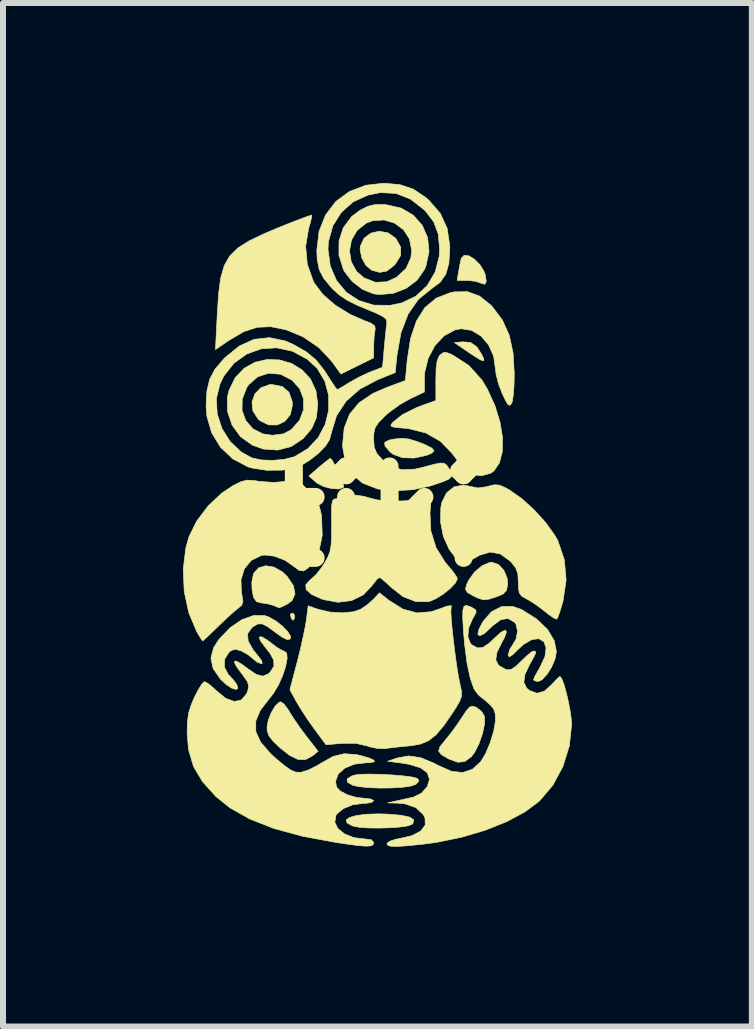
<source format=kicad_pcb>
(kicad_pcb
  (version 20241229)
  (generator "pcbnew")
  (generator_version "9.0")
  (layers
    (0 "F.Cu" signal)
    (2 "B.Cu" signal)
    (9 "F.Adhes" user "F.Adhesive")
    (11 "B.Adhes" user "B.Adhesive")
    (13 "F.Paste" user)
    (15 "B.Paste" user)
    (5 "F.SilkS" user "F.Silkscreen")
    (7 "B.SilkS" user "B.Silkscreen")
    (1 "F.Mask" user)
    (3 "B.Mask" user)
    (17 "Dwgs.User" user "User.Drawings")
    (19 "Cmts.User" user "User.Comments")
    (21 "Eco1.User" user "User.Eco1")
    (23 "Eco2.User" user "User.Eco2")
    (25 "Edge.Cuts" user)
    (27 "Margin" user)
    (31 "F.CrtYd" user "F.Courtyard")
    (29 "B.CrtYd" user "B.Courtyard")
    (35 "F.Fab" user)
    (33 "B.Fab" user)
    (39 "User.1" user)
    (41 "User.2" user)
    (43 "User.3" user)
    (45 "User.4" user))
  (footprint "tiki"
    (layer "F.Cu")
    (at 3.265 5.563)
    (property "Reference" "tiki" (at 0 0 0) (layer "F.SilkS") (effects (font (size 1.524 1.524) (thickness 0.3))))
    (attr through_hole)
    (fp_poly (pts (xy -1.401 1.66) (xy -1.406 1.699) (xy -1.429 1.731) (xy -1.457 1.699) (xy -1.473 1.637) (xy -1.465 1.62) (xy -1.423 1.613) (xy -1.401 1.66)) (stroke (width 0.01) (type solid)) (fill yes) (layer "F.SilkS"))
    (fp_poly (pts (xy 1.53 -2.903) (xy 1.634 -2.831) (xy 1.718 -2.702) (xy 1.752 -2.627) (xy 1.749 -2.596) (xy 1.699 -2.611) (xy 1.595 -2.674) (xy 1.488 -2.746) (xy 1.262 -2.9) (xy 1.396 -2.913) (xy 1.53 -2.903)) (stroke (width 0.01) (type solid)) (fill yes) (layer "F.SilkS"))
    (fp_poly (pts (xy -1.608 -2.168) (xy -1.496 -2.072) (xy -1.443 -1.917) (xy -1.439 -1.856) (xy -1.474 -1.699) (xy -1.565 -1.587) (xy -1.693 -1.527) (xy -1.837 -1.528) (xy -1.979 -1.598) (xy -2.013 -1.628) (xy -2.098 -1.763) (xy -2.113 -1.908) (xy -2.066 -2.043) (xy -1.966 -2.147) (xy -1.821 -2.199) (xy -1.777 -2.201) (xy -1.608 -2.168)) (stroke (width 0.01) (type solid)) (fill yes) (layer "F.SilkS"))
    (fp_poly (pts (xy -0.774 -0.934) (xy -0.726 -0.846) (xy -0.671 -0.731) (xy -0.622 -0.616) (xy -0.59 -0.525) (xy -0.585 -0.487) (xy -0.664 -0.459) (xy -0.785 -0.466) (xy -0.917 -0.5) (xy -1.028 -0.557) (xy -1.045 -0.571) (xy -1.164 -0.675) (xy -0.995 -0.823) (xy -0.896 -0.905) (xy -0.826 -0.959) (xy -0.804 -0.97) (xy -0.774 -0.934)) (stroke (width 0.01) (type solid)) (fill yes) (layer "F.SilkS"))
    (fp_poly (pts (xy 0.507 -1.291) (xy 0.653 -1.246) (xy 0.773 -1.198) (xy 0.888 -1.14) (xy 0.923 -1.095) (xy 0.878 -1.053) (xy 0.798 -1.02) (xy 0.59 -0.975) (xy 0.396 -0.981) (xy 0.239 -1.038) (xy 0.189 -1.078) (xy 0.106 -1.174) (xy 0.098 -1.234) (xy 0.167 -1.273) (xy 0.252 -1.291) (xy 0.384 -1.304) (xy 0.507 -1.291)) (stroke (width 0.01) (type solid)) (fill yes) (layer "F.SilkS"))
    (fp_poly (pts (xy 0.153 -4.731) (xy 0.278 -4.644) (xy 0.285 -4.637) (xy 0.367 -4.493) (xy 0.365 -4.352) (xy 0.278 -4.21) (xy 0.257 -4.188) (xy 0.136 -4.094) (xy 0.017 -4.071) (xy -0.118 -4.108) (xy -0.211 -4.185) (xy -0.281 -4.31) (xy -0.311 -4.45) (xy -0.306 -4.51) (xy -0.244 -4.641) (xy -0.132 -4.725) (xy 0.008 -4.757) (xy 0.153 -4.731)) (stroke (width 0.01) (type solid)) (fill yes) (layer "F.SilkS"))
    (fp_poly (pts (xy 1.503 -4.347) (xy 1.595 -4.292) (xy 1.685 -4.202) (xy 1.754 -4.091) (xy 1.776 -4.033) (xy 1.794 -3.918) (xy 1.766 -3.872) (xy 1.692 -3.896) (xy 1.691 -3.897) (xy 1.61 -3.923) (xy 1.49 -3.936) (xy 1.469 -3.936) (xy 1.308 -3.937) (xy 1.335 -4.096) (xy 1.356 -4.214) (xy 1.375 -4.299) (xy 1.378 -4.307) (xy 1.425 -4.356) (xy 1.503 -4.347)) (stroke (width 0.01) (type solid)) (fill yes) (layer "F.SilkS"))
    (fp_poly (pts (xy 0.138 4.962) (xy 0.369 4.981) (xy 0.517 5.013) (xy 0.584 5.058) (xy 0.571 5.117) (xy 0.558 5.131) (xy 0.491 5.157) (xy 0.362 5.177) (xy 0.193 5.19) (xy 0.007 5.195) (xy -0.174 5.193) (xy -0.328 5.181) (xy -0.432 5.161) (xy -0.436 5.159) (xy -0.528 5.109) (xy -0.543 5.062) (xy -0.49 5.02) (xy -0.377 4.987) (xy -0.212 4.965) (xy -0.004 4.958) (xy 0.138 4.962)) (stroke (width 0.01) (type solid)) (fill yes) (layer "F.SilkS"))
    (fp_poly (pts (xy 1.997 0.8) (xy 2.088 0.898) (xy 2.143 1.031) (xy 2.15 1.134) (xy 2.131 1.231) (xy 2.08 1.289) (xy 1.97 1.337) (xy 1.968 1.337) (xy 1.84 1.378) (xy 1.753 1.389) (xy 1.67 1.367) (xy 1.577 1.323) (xy 1.479 1.267) (xy 1.446 1.21) (xy 1.47 1.125) (xy 1.502 1.06) (xy 1.6 0.924) (xy 1.726 0.819) (xy 1.854 0.765) (xy 1.886 0.762) (xy 1.997 0.8)) (stroke (width 0.01) (type solid)) (fill yes) (layer "F.SilkS"))
    (fp_poly (pts (xy -1.745 0.844) (xy -1.601 0.927) (xy -1.524 1.002) (xy -1.422 1.154) (xy -1.396 1.291) (xy -1.445 1.402) (xy -1.522 1.459) (xy -1.61 1.503) (xy -1.658 1.521) (xy -1.659 1.521) (xy -1.704 1.504) (xy -1.757 1.482) (xy -1.867 1.452) (xy -1.953 1.442) (xy -2.037 1.42) (xy -2.088 1.348) (xy -2.112 1.215) (xy -2.116 1.091) (xy -2.085 0.947) (xy -2.003 0.856) (xy -1.884 0.821) (xy -1.745 0.844)) (stroke (width 0.01) (type solid)) (fill yes) (layer "F.SilkS"))
    (fp_poly (pts (xy -1.583 3.124) (xy -1.517 3.21) (xy -1.49 3.254) (xy -1.416 3.372) (xy -1.312 3.523) (xy -1.205 3.666) (xy -1.011 3.915) (xy -1.103 3.99) (xy -1.221 4.053) (xy -1.347 4.051) (xy -1.492 3.979) (xy -1.64 3.861) (xy -1.763 3.744) (xy -1.831 3.656) (xy -1.859 3.574) (xy -1.863 3.519) (xy -1.843 3.4) (xy -1.793 3.273) (xy -1.728 3.163) (xy -1.661 3.098) (xy -1.634 3.09) (xy -1.583 3.124)) (stroke (width 0.01) (type solid)) (fill yes) (layer "F.SilkS"))
    (fp_poly (pts (xy 0.03 4.299) (xy 0.222 4.309) (xy 0.401 4.324) (xy 0.546 4.342) (xy 0.633 4.363) (xy 0.643 4.367) (xy 0.671 4.406) (xy 0.63 4.456) (xy 0.616 4.467) (xy 0.536 4.495) (xy 0.393 4.515) (xy 0.212 4.526) (xy 0.015 4.528) (xy -0.175 4.52) (xy -0.337 4.503) (xy -0.436 4.48) (xy -0.523 4.429) (xy -0.527 4.376) (xy -0.45 4.327) (xy -0.4 4.311) (xy -0.304 4.299) (xy -0.153 4.295) (xy 0.03 4.299)) (stroke (width 0.01) (type solid)) (fill yes) (layer "F.SilkS"))
    (fp_poly (pts (xy 1.626 3.181) (xy 1.631 3.183) (xy 1.721 3.257) (xy 1.764 3.336) (xy 1.765 3.456) (xy 1.732 3.617) (xy 1.673 3.786) (xy 1.599 3.933) (xy 1.543 4.006) (xy 1.434 4.086) (xy 1.319 4.098) (xy 1.174 4.045) (xy 1.164 4.04) (xy 1.045 3.971) (xy 0.999 3.911) (xy 1.021 3.839) (xy 1.1 3.741) (xy 1.203 3.613) (xy 1.317 3.456) (xy 1.382 3.359) (xy 1.462 3.238) (xy 1.518 3.176) (xy 1.566 3.162) (xy 1.626 3.181)) (stroke (width 0.01) (type solid)) (fill yes) (layer "F.SilkS"))
    (fp_poly (pts (xy 1.227 -2.696) (xy 1.235 -2.692) (xy 1.502 -2.519) (xy 1.719 -2.279) (xy 1.811 -2.127) (xy 1.939 -1.846) (xy 2.024 -1.569) (xy 2.065 -1.311) (xy 2.061 -1.081) (xy 2.013 -0.894) (xy 1.921 -0.76) (xy 1.865 -0.721) (xy 1.713 -0.679) (xy 1.559 -0.699) (xy 1.444 -0.773) (xy 1.366 -0.865) (xy 1.271 -0.989) (xy 1.23 -1.045) (xy 1.032 -1.253) (xy 0.784 -1.394) (xy 0.49 -1.467) (xy 0.442 -1.471) (xy 0.295 -1.484) (xy 0.22 -1.498) (xy 0.201 -1.521) (xy 0.226 -1.558) (xy 0.242 -1.577) (xy 0.397 -1.7) (xy 0.632 -1.817) (xy 0.762 -1.866) (xy 0.953 -1.934) (xy 0.953 -2.277) (xy 0.957 -2.469) (xy 0.974 -2.593) (xy 1.004 -2.669) (xy 1.022 -2.691) (xy 1.075 -2.733) (xy 1.132 -2.735) (xy 1.227 -2.696)) (stroke (width 0.01) (type solid)) (fill yes) (layer "F.SilkS"))
    (fp_poly (pts (xy -1.652 -2.611) (xy -1.454 -2.553) (xy -1.279 -2.446) (xy -1.138 -2.293) (xy -1.046 -2.095) (xy -1.016 -1.873) (xy -1.039 -1.648) (xy -1.118 -1.466) (xy -1.259 -1.301) (xy -1.457 -1.168) (xy -1.684 -1.108) (xy -1.924 -1.125) (xy -2.11 -1.192) (xy -2.305 -1.332) (xy -2.445 -1.524) (xy -2.52 -1.748) (xy -2.521 -1.769) (xy -2.279 -1.769) (xy -2.216 -1.598) (xy -2.097 -1.462) (xy -1.929 -1.377) (xy -1.773 -1.355) (xy -1.588 -1.379) (xy -1.461 -1.446) (xy -1.321 -1.602) (xy -1.253 -1.78) (xy -1.254 -1.963) (xy -1.319 -2.134) (xy -1.447 -2.275) (xy -1.633 -2.37) (xy -1.637 -2.372) (xy -1.834 -2.39) (xy -2.016 -2.331) (xy -2.165 -2.202) (xy -2.2 -2.151) (xy -2.276 -1.958) (xy -2.279 -1.769) (xy -2.521 -1.769) (xy -2.524 -1.985) (xy -2.497 -2.101) (xy -2.392 -2.317) (xy -2.241 -2.474) (xy -2.059 -2.574) (xy -1.858 -2.619) (xy -1.652 -2.611)) (stroke (width 0.01) (type solid)) (fill yes) (layer "F.SilkS"))
    (fp_poly (pts (xy -1.121 -4.981) (xy -1.145 -4.882) (xy -1.169 -4.803) (xy -1.218 -4.509) (xy -1.191 -4.207) (xy -1.09 -3.923) (xy -1.076 -3.896) (xy -0.934 -3.706) (xy -0.727 -3.526) (xy -0.476 -3.37) (xy -0.247 -3.27) (xy -0.124 -3.221) (xy -0.066 -3.177) (xy -0.058 -3.125) (xy -0.061 -3.111) (xy -0.075 -3.017) (xy -0.083 -2.883) (xy -0.084 -2.836) (xy -0.085 -2.646) (xy -0.631 -2.376) (xy -0.782 -2.587) (xy -0.996 -2.816) (xy -1.266 -2.999) (xy -1.542 -3.113) (xy -1.797 -3.165) (xy -2.027 -3.156) (xy -2.254 -3.081) (xy -2.5 -2.936) (xy -2.501 -2.936) (xy -2.722 -2.784) (xy -2.691 -3.392) (xy -2.669 -3.722) (xy -2.635 -3.98) (xy -2.576 -4.183) (xy -2.485 -4.344) (xy -2.35 -4.477) (xy -2.162 -4.596) (xy -1.911 -4.716) (xy -1.691 -4.809) (xy -1.49 -4.89) (xy -1.32 -4.956) (xy -1.193 -5.003) (xy -1.125 -5.025) (xy -1.117 -5.026) (xy -1.121 -4.981)) (stroke (width 0.01) (type solid)) (fill yes) (layer "F.SilkS"))
    (fp_poly (pts (xy 2.383 1.551) (xy 2.632 1.708) (xy 2.816 1.885) (xy 2.928 2.073) (xy 2.963 2.251) (xy 2.941 2.373) (xy 2.884 2.509) (xy 2.806 2.633) (xy 2.723 2.722) (xy 2.658 2.752) (xy 2.594 2.737) (xy 2.583 2.72) (xy 2.603 2.668) (xy 2.655 2.572) (xy 2.687 2.519) (xy 2.772 2.337) (xy 2.791 2.19) (xy 2.755 2.088) (xy 2.673 2.038) (xy 2.555 2.051) (xy 2.412 2.134) (xy 2.33 2.21) (xy 2.233 2.305) (xy 2.179 2.34) (xy 2.16 2.32) (xy 2.159 2.308) (xy 2.186 2.213) (xy 2.222 2.16) (xy 2.292 2.04) (xy 2.315 1.907) (xy 2.288 1.793) (xy 2.266 1.764) (xy 2.157 1.701) (xy 2.037 1.719) (xy 1.903 1.819) (xy 1.881 1.841) (xy 1.762 1.951) (xy 1.684 1.99) (xy 1.652 1.963) (xy 1.674 1.874) (xy 1.74 1.75) (xy 1.88 1.588) (xy 2.046 1.503) (xy 2.231 1.498) (xy 2.383 1.551)) (stroke (width 0.01) (type solid)) (fill yes) (layer "F.SilkS"))
    (fp_poly (pts (xy 0.124 -5.199) (xy 0.372 -5.144) (xy 0.575 -5.025) (xy 0.726 -4.856) (xy 0.816 -4.65) (xy 0.839 -4.418) (xy 0.787 -4.175) (xy 0.764 -4.12) (xy 0.639 -3.94) (xy 0.457 -3.804) (xy 0.24 -3.721) (xy 0.008 -3.701) (xy -0.081 -3.713) (xy -0.267 -3.786) (xy -0.441 -3.919) (xy -0.572 -4.086) (xy -0.588 -4.117) (xy -0.663 -4.358) (xy -0.663 -4.429) (xy -0.487 -4.429) (xy -0.458 -4.247) (xy -0.368 -4.085) (xy -0.246 -3.98) (xy -0.053 -3.905) (xy 0.138 -3.915) (xy 0.3 -3.991) (xy 0.456 -4.136) (xy 0.536 -4.312) (xy 0.55 -4.438) (xy 0.513 -4.628) (xy 0.413 -4.783) (xy 0.265 -4.892) (xy 0.089 -4.945) (xy -0.099 -4.933) (xy -0.207 -4.892) (xy -0.36 -4.771) (xy -0.454 -4.61) (xy -0.487 -4.429) (xy -0.663 -4.429) (xy -0.662 -4.596) (xy -0.59 -4.816) (xy -0.45 -5.003) (xy -0.312 -5.107) (xy -0.183 -5.172) (xy -0.066 -5.201) (xy 0.082 -5.202) (xy 0.124 -5.199)) (stroke (width 0.01) (type solid)) (fill yes) (layer "F.SilkS"))
    (fp_poly (pts (xy -1.901 1.652) (xy -1.836 1.674) (xy -1.715 1.742) (xy -1.603 1.83) (xy -1.515 1.921) (xy -1.469 1.999) (xy -1.474 2.042) (xy -1.525 2.053) (xy -1.612 2.011) (xy -1.72 1.933) (xy -1.853 1.835) (xy -1.945 1.79) (xy -2.019 1.792) (xy -2.097 1.839) (xy -2.118 1.856) (xy -2.186 1.953) (xy -2.177 2.076) (xy -2.091 2.228) (xy -2.027 2.306) (xy -1.952 2.404) (xy -1.943 2.451) (xy -1.958 2.455) (xy -2.031 2.426) (xy -2.092 2.375) (xy -2.186 2.299) (xy -2.29 2.242) (xy -2.388 2.213) (xy -2.458 2.233) (xy -2.499 2.266) (xy -2.569 2.38) (xy -2.572 2.514) (xy -2.509 2.634) (xy -2.494 2.649) (xy -2.412 2.737) (xy -2.365 2.804) (xy -2.349 2.868) (xy -2.383 2.885) (xy -2.454 2.86) (xy -2.546 2.799) (xy -2.641 2.709) (xy -2.762 2.533) (xy -2.798 2.36) (xy -2.752 2.185) (xy -2.665 2.05) (xy -2.477 1.854) (xy -2.28 1.719) (xy -2.084 1.65) (xy -1.901 1.652)) (stroke (width 0.01) (type solid)) (fill yes) (layer "F.SilkS"))
    (fp_poly (pts (xy 2.012 -0.524) (xy 2.109 -0.482) (xy 2.19 -0.436) (xy 2.391 -0.294) (xy 2.598 -0.105) (xy 2.788 0.106) (xy 2.937 0.314) (xy 2.986 0.401) (xy 3.095 0.72) (xy 3.125 1.058) (xy 3.074 1.408) (xy 3.07 1.42) (xy 3.029 1.561) (xy 2.993 1.666) (xy 2.969 1.711) (xy 2.925 1.695) (xy 2.839 1.637) (xy 2.773 1.584) (xy 2.644 1.485) (xy 2.514 1.4) (xy 2.466 1.374) (xy 2.384 1.328) (xy 2.343 1.272) (xy 2.33 1.178) (xy 2.328 1.094) (xy 2.32 0.953) (xy 2.284 0.855) (xy 2.205 0.757) (xy 2.184 0.737) (xy 2.026 0.623) (xy 1.86 0.593) (xy 1.681 0.645) (xy 1.592 0.698) (xy 1.478 0.76) (xy 1.386 0.766) (xy 1.298 0.708) (xy 1.199 0.58) (xy 1.171 0.538) (xy 1.078 0.332) (xy 1.031 0.089) (xy 1.036 -0.151) (xy 1.053 -0.236) (xy 1.132 -0.395) (xy 1.257 -0.495) (xy 1.412 -0.525) (xy 1.518 -0.504) (xy 1.655 -0.476) (xy 1.801 -0.497) (xy 1.824 -0.504) (xy 1.928 -0.529) (xy 2.012 -0.524)) (stroke (width 0.01) (type solid)) (fill yes) (layer "F.SilkS"))
    (fp_poly (pts (xy -1.168 -0.423) (xy -1.058 -0.295) (xy -0.995 -0.184) (xy -0.962 -0.056) (xy -0.952 0.011) (xy -0.942 0.317) (xy -0.995 0.573) (xy -1.072 0.725) (xy -1.171 0.853) (xy -1.252 0.908) (xy -1.332 0.895) (xy -1.417 0.831) (xy -1.566 0.728) (xy -1.74 0.661) (xy -1.904 0.642) (xy -1.959 0.65) (xy -2.125 0.731) (xy -2.24 0.871) (xy -2.297 1.055) (xy -2.289 1.269) (xy -2.282 1.302) (xy -2.264 1.412) (xy -2.283 1.477) (xy -2.337 1.524) (xy -2.411 1.584) (xy -2.523 1.684) (xy -2.651 1.805) (xy -2.677 1.831) (xy -2.792 1.943) (xy -2.882 2.028) (xy -2.931 2.071) (xy -2.936 2.074) (xy -2.962 2.041) (xy -3.012 1.958) (xy -3.036 1.916) (xy -3.168 1.602) (xy -3.243 1.249) (xy -3.26 0.882) (xy -3.217 0.528) (xy -3.165 0.34) (xy -3.037 0.079) (xy -2.847 -0.173) (xy -2.619 -0.389) (xy -2.427 -0.517) (xy -2.297 -0.581) (xy -2.195 -0.607) (xy -2.079 -0.6) (xy -2 -0.587) (xy -1.751 -0.568) (xy -1.567 -0.585) (xy -1.355 -0.623) (xy -1.168 -0.423)) (stroke (width 0.01) (type solid)) (fill yes) (layer "F.SilkS"))
    (fp_poly (pts (xy 0.169 1.397) (xy 0.404 1.544) (xy 0.637 1.607) (xy 0.873 1.588) (xy 1.001 1.545) (xy 1.141 1.494) (xy 1.209 1.486) (xy 1.208 1.522) (xy 1.208 1.522) (xy 1.203 1.579) (xy 1.209 1.701) (xy 1.224 1.87) (xy 1.246 2.069) (xy 1.272 2.28) (xy 1.3 2.484) (xy 1.329 2.664) (xy 1.356 2.801) (xy 1.361 2.823) (xy 1.382 2.921) (xy 1.381 2.997) (xy 1.351 3.079) (xy 1.285 3.192) (xy 1.234 3.271) (xy 1.086 3.486) (xy 0.958 3.637) (xy 0.835 3.735) (xy 0.702 3.793) (xy 0.541 3.822) (xy 0.508 3.825) (xy 0.342 3.841) (xy 0.191 3.858) (xy 0.106 3.87) (xy -0.016 3.869) (xy -0.159 3.838) (xy -0.191 3.826) (xy -0.382 3.782) (xy -0.619 3.783) (xy -0.878 3.806) (xy -1.073 3.543) (xy -1.186 3.383) (xy -1.295 3.217) (xy -1.374 3.085) (xy -1.481 2.889) (xy -1.357 2.416) (xy -1.303 2.2) (xy -1.256 1.989) (xy -1.22 1.81) (xy -1.205 1.716) (xy -1.176 1.489) (xy -1.006 1.549) (xy -0.816 1.593) (xy -0.61 1.606) (xy -0.421 1.588) (xy -0.305 1.549) (xy -0.193 1.474) (xy -0.089 1.381) (xy 0.012 1.273) (xy 0.169 1.397)) (stroke (width 0.01) (type solid)) (fill yes) (layer "F.SilkS"))
    (fp_poly (pts (xy -0.244 -0.336) (xy -0.165 -0.312) (xy -0.02 -0.276) (xy 0.149 -0.259) (xy 0.365 -0.259) (xy 0.46 -0.263) (xy 0.874 -0.283) (xy 0.855 -0.063) (xy 0.869 0.239) (xy 0.957 0.522) (xy 1.112 0.769) (xy 1.142 0.803) (xy 1.233 0.91) (xy 1.295 0.999) (xy 1.312 1.039) (xy 1.278 1.109) (xy 1.192 1.2) (xy 1.075 1.294) (xy 0.951 1.372) (xy 0.842 1.418) (xy 0.831 1.42) (xy 0.618 1.418) (xy 0.406 1.336) (xy 0.207 1.18) (xy 0.11 1.089) (xy 0.037 1.03) (xy 0.011 1.016) (xy -0.031 1.048) (xy -0.093 1.127) (xy -0.106 1.146) (xy -0.257 1.306) (xy -0.454 1.402) (xy -0.681 1.43) (xy -0.923 1.385) (xy -0.942 1.379) (xy -1.118 1.3) (xy -1.21 1.219) (xy -1.216 1.137) (xy -1.139 1.053) (xy -1.124 1.042) (xy -1.043 0.967) (xy -0.95 0.848) (xy -0.902 0.773) (xy -0.847 0.674) (xy -0.813 0.585) (xy -0.794 0.482) (xy -0.787 0.343) (xy -0.786 0.142) (xy -0.786 0.138) (xy -0.787 -0.057) (xy -0.784 -0.183) (xy -0.772 -0.255) (xy -0.75 -0.287) (xy -0.714 -0.296) (xy -0.694 -0.296) (xy -0.58 -0.312) (xy -0.487 -0.339) (xy -0.381 -0.357) (xy -0.244 -0.336)) (stroke (width 0.01) (type solid)) (fill yes) (layer "F.SilkS"))
    (fp_poly (pts (xy 1.679 -3.677) (xy 1.868 -3.527) (xy 1.896 -3.497) (xy 2.063 -3.275) (xy 2.177 -3.022) (xy 2.241 -2.723) (xy 2.26 -2.392) (xy 2.257 -2.203) (xy 2.246 -2.04) (xy 2.229 -1.925) (xy 2.217 -1.889) (xy 2.188 -1.854) (xy 2.157 -1.866) (xy 2.114 -1.936) (xy 2.059 -2.053) (xy 1.998 -2.212) (xy 1.958 -2.368) (xy 1.947 -2.458) (xy 1.916 -2.675) (xy 1.831 -2.863) (xy 1.705 -3.01) (xy 1.549 -3.104) (xy 1.377 -3.131) (xy 1.273 -3.113) (xy 1.09 -3.013) (xy 0.936 -2.849) (xy 0.825 -2.639) (xy 0.767 -2.404) (xy 0.762 -2.31) (xy 0.762 -2.077) (xy 0.524 -1.964) (xy 0.354 -1.868) (xy 0.182 -1.744) (xy 0.101 -1.674) (xy -0.004 -1.566) (xy -0.06 -1.481) (xy -0.082 -1.388) (xy -0.085 -1.294) (xy -0.075 -1.154) (xy -0.032 -1.053) (xy 0.056 -0.952) (xy 0.213 -0.833) (xy 0.389 -0.78) (xy 0.601 -0.79) (xy 0.746 -0.823) (xy 0.916 -0.869) (xy 1.023 -0.891) (xy 1.089 -0.889) (xy 1.131 -0.86) (xy 1.17 -0.803) (xy 1.176 -0.792) (xy 1.213 -0.722) (xy 1.215 -0.67) (xy 1.172 -0.626) (xy 1.071 -0.58) (xy 0.903 -0.524) (xy 0.853 -0.508) (xy 0.57 -0.447) (xy 0.272 -0.43) (xy -0.002 -0.458) (xy -0.028 -0.464) (xy -0.268 -0.557) (xy -0.445 -0.704) (xy -0.556 -0.906) (xy -0.601 -1.161) (xy -0.602 -1.2) (xy -0.575 -1.477) (xy -0.485 -1.707) (xy -0.328 -1.897) (xy -0.097 -2.052) (xy 0.131 -2.152) (xy 0.445 -2.268) (xy 0.475 -2.605) (xy 0.531 -2.97) (xy 0.63 -3.262) (xy 0.771 -3.485) (xy 0.958 -3.641) (xy 1.192 -3.732) (xy 1.259 -3.746) (xy 1.48 -3.749) (xy 1.679 -3.677)) (stroke (width 0.01) (type solid)) (fill yes) (layer "F.SilkS"))
    (fp_poly (pts (xy -1.861 2.058) (xy -1.79 2.113) (xy -1.686 2.19) (xy -1.603 2.237) (xy -1.578 2.244) (xy -1.534 2.278) (xy -1.527 2.368) (xy -1.551 2.497) (xy -1.6 2.649) (xy -1.669 2.804) (xy -1.753 2.946) (xy -1.819 3.03) (xy -1.973 3.229) (xy -2.05 3.411) (xy -2.049 3.587) (xy -1.968 3.764) (xy -1.807 3.95) (xy -1.704 4.044) (xy -1.562 4.161) (xy -1.462 4.231) (xy -1.386 4.262) (xy -1.314 4.266) (xy -1.284 4.262) (xy -1.166 4.224) (xy -1.026 4.153) (xy -0.964 4.115) (xy -0.762 4.001) (xy -0.573 3.955) (xy -0.366 3.971) (xy -0.313 3.983) (xy -0.158 4.027) (xy -0.078 4.064) (xy -0.075 4.091) (xy -0.151 4.105) (xy -0.207 4.106) (xy -0.406 4.13) (xy -0.566 4.196) (xy -0.674 4.293) (xy -0.719 4.412) (xy -0.704 4.51) (xy -0.64 4.578) (xy -0.521 4.64) (xy -0.372 4.684) (xy -0.234 4.699) (xy -0.136 4.71) (xy -0.086 4.735) (xy -0.085 4.741) (xy -0.122 4.768) (xy -0.216 4.783) (xy -0.256 4.784) (xy -0.433 4.807) (xy -0.589 4.87) (xy -0.697 4.959) (xy -0.713 4.985) (xy -0.732 5.098) (xy -0.68 5.204) (xy -0.569 5.293) (xy -0.415 5.354) (xy -0.234 5.376) (xy -0.124 5.39) (xy -0.085 5.433) (xy -0.085 5.44) (xy -0.095 5.473) (xy -0.134 5.492) (xy -0.214 5.497) (xy -0.345 5.486) (xy -0.54 5.461) (xy -0.72 5.434) (xy -1.273 5.331) (xy -1.748 5.202) (xy -2.15 5.044) (xy -2.481 4.857) (xy -2.713 4.671) (xy -2.939 4.421) (xy -3.089 4.166) (xy -3.171 3.89) (xy -3.194 3.619) (xy -3.19 3.424) (xy -3.169 3.274) (xy -3.124 3.133) (xy -3.074 3.016) (xy -3.006 2.884) (xy -2.946 2.79) (xy -2.905 2.753) (xy -2.905 2.753) (xy -2.849 2.782) (xy -2.762 2.853) (xy -2.71 2.903) (xy -2.551 3.032) (xy -2.41 3.084) (xy -2.293 3.06) (xy -2.206 2.96) (xy -2.183 2.907) (xy -2.167 2.828) (xy -2.191 2.751) (xy -2.263 2.647) (xy -2.278 2.628) (xy -2.375 2.497) (xy -2.409 2.423) (xy -2.383 2.408) (xy -2.298 2.453) (xy -2.18 2.54) (xy -2.039 2.635) (xy -1.931 2.662) (xy -1.84 2.623) (xy -1.806 2.59) (xy -1.747 2.495) (xy -1.75 2.395) (xy -1.818 2.273) (xy -1.886 2.188) (xy -1.972 2.073) (xy -1.993 2.011) (xy -1.954 2.004) (xy -1.861 2.058)) (stroke (width 0.01) (type solid)) (fill yes) (layer "F.SilkS"))
    (fp_poly (pts (xy 1.534 1.507) (xy 1.568 1.525) (xy 1.618 1.557) (xy 1.624 1.597) (xy 1.586 1.671) (xy 1.565 1.705) (xy 1.499 1.86) (xy 1.487 2.005) (xy 1.529 2.116) (xy 1.556 2.142) (xy 1.648 2.191) (xy 1.739 2.182) (xy 1.845 2.11) (xy 1.924 2.034) (xy 2.039 1.93) (xy 2.109 1.894) (xy 2.13 1.923) (xy 2.099 2.015) (xy 2.055 2.096) (xy 1.971 2.267) (xy 1.952 2.392) (xy 1.999 2.482) (xy 2.114 2.548) (xy 2.133 2.555) (xy 2.202 2.554) (xy 2.289 2.497) (xy 2.375 2.414) (xy 2.472 2.32) (xy 2.549 2.258) (xy 2.581 2.244) (xy 2.613 2.248) (xy 2.618 2.273) (xy 2.59 2.336) (xy 2.524 2.454) (xy 2.519 2.462) (xy 2.438 2.635) (xy 2.42 2.765) (xy 2.467 2.862) (xy 2.517 2.902) (xy 2.64 2.947) (xy 2.76 2.914) (xy 2.887 2.801) (xy 2.895 2.792) (xy 2.968 2.712) (xy 3.017 2.669) (xy 3.022 2.667) (xy 3.053 2.705) (xy 3.091 2.806) (xy 3.131 2.949) (xy 3.168 3.112) (xy 3.198 3.274) (xy 3.215 3.414) (xy 3.217 3.465) (xy 3.179 3.824) (xy 3.071 4.17) (xy 2.902 4.483) (xy 2.68 4.744) (xy 2.676 4.748) (xy 2.438 4.925) (xy 2.132 5.089) (xy 1.774 5.232) (xy 1.378 5.349) (xy 0.962 5.434) (xy 0.764 5.461) (xy 0.505 5.488) (xy 0.321 5.501) (xy 0.204 5.499) (xy 0.146 5.481) (xy 0.138 5.45) (xy 0.187 5.413) (xy 0.29 5.38) (xy 0.348 5.37) (xy 0.559 5.32) (xy 0.703 5.243) (xy 0.776 5.144) (xy 0.772 5.029) (xy 0.742 4.969) (xy 0.62 4.854) (xy 0.439 4.792) (xy 0.304 4.779) (xy 0.148 4.775) (xy 0.318 4.737) (xy 0.452 4.707) (xy 0.567 4.681) (xy 0.583 4.677) (xy 0.713 4.613) (xy 0.809 4.506) (xy 0.847 4.382) (xy 0.81 4.273) (xy 0.697 4.19) (xy 0.507 4.132) (xy 0.398 4.114) (xy 0.148 4.081) (xy 0.31 4.026) (xy 0.498 3.992) (xy 0.698 4.021) (xy 0.926 4.115) (xy 0.994 4.152) (xy 1.213 4.248) (xy 1.401 4.269) (xy 1.563 4.214) (xy 1.7 4.09) (xy 1.782 3.955) (xy 1.859 3.772) (xy 1.918 3.577) (xy 1.947 3.406) (xy 1.947 3.38) (xy 1.943 3.288) (xy 1.92 3.216) (xy 1.865 3.146) (xy 1.765 3.057) (xy 1.661 2.975) (xy 1.589 2.874) (xy 1.526 2.696) (xy 1.473 2.445) (xy 1.432 2.129) (xy 1.412 1.894) (xy 1.401 1.693) (xy 1.403 1.564) (xy 1.422 1.497) (xy 1.464 1.482) (xy 1.534 1.507)) (stroke (width 0.01) (type solid)) (fill yes) (layer "F.SilkS"))
    (fp_poly (pts (xy 0.353 -5.534) (xy 0.577 -5.459) (xy 0.785 -5.319) (xy 0.838 -5.273) (xy 1.027 -5.055) (xy 1.141 -4.806) (xy 1.185 -4.515) (xy 1.185 -4.465) (xy 1.17 -4.222) (xy 1.119 -4.042) (xy 1.024 -3.906) (xy 0.881 -3.799) (xy 0.66 -3.62) (xy 0.49 -3.375) (xy 0.371 -3.064) (xy 0.305 -2.692) (xy 0.275 -2.4) (xy -0.016 -2.282) (xy -0.314 -2.125) (xy -0.544 -1.923) (xy -0.703 -1.68) (xy -0.787 -1.406) (xy -0.819 -1.284) (xy -0.885 -1.177) (xy -1.003 -1.057) (xy -1.017 -1.044) (xy -1.154 -0.937) (xy -1.298 -0.85) (xy -1.387 -0.812) (xy -1.611 -0.773) (xy -1.865 -0.771) (xy -2.102 -0.806) (xy -2.182 -0.829) (xy -2.434 -0.962) (xy -2.639 -1.156) (xy -2.786 -1.398) (xy -2.866 -1.675) (xy -2.878 -1.839) (xy -2.872 -1.966) (xy -2.707 -1.966) (xy -2.693 -1.712) (xy -2.614 -1.467) (xy -2.476 -1.248) (xy -2.288 -1.072) (xy -2.115 -0.978) (xy -1.961 -0.944) (xy -1.765 -0.936) (xy -1.567 -0.955) (xy -1.406 -0.997) (xy -1.18 -1.132) (xy -1.008 -1.317) (xy -0.892 -1.536) (xy -0.834 -1.776) (xy -0.835 -2.021) (xy -0.899 -2.258) (xy -1.026 -2.47) (xy -1.187 -2.621) (xy -1.438 -2.756) (xy -1.699 -2.813) (xy -1.958 -2.797) (xy -2.2 -2.71) (xy -2.413 -2.558) (xy -2.583 -2.342) (xy -2.647 -2.212) (xy -2.707 -1.966) (xy -2.872 -1.966) (xy -2.865 -2.091) (xy -2.819 -2.288) (xy -2.729 -2.458) (xy -2.584 -2.628) (xy -2.564 -2.649) (xy -2.323 -2.844) (xy -2.077 -2.955) (xy -1.821 -2.983) (xy -1.556 -2.927) (xy -1.419 -2.867) (xy -1.206 -2.745) (xy -1.046 -2.611) (xy -0.909 -2.439) (xy -0.858 -2.36) (xy -0.78 -2.238) (xy -0.721 -2.15) (xy -0.692 -2.117) (xy -0.692 -2.117) (xy -0.65 -2.137) (xy -0.561 -2.19) (xy -0.497 -2.23) (xy -0.341 -2.318) (xy -0.173 -2.398) (xy -0.127 -2.416) (xy 0.064 -2.489) (xy 0.093 -2.821) (xy 0.109 -2.991) (xy 0.124 -3.135) (xy 0.135 -3.227) (xy 0.136 -3.235) (xy 0.126 -3.287) (xy 0.071 -3.335) (xy -0.044 -3.392) (xy -0.127 -3.426) (xy -0.354 -3.521) (xy -0.522 -3.604) (xy -0.649 -3.688) (xy -0.758 -3.785) (xy -0.789 -3.817) (xy -0.918 -3.973) (xy -0.993 -4.12) (xy -1.026 -4.292) (xy -1.032 -4.445) (xy -1.03 -4.458) (xy -0.846 -4.458) (xy -0.807 -4.174) (xy -0.702 -3.932) (xy -0.539 -3.738) (xy -0.328 -3.6) (xy -0.081 -3.525) (xy 0.193 -3.522) (xy 0.384 -3.562) (xy 0.619 -3.674) (xy 0.808 -3.85) (xy 0.941 -4.075) (xy 1.009 -4.338) (xy 1.016 -4.46) (xy 0.993 -4.71) (xy 0.918 -4.912) (xy 0.78 -5.093) (xy 0.758 -5.115) (xy 0.529 -5.293) (xy 0.287 -5.388) (xy 0.026 -5.401) (xy -0.179 -5.36) (xy -0.426 -5.247) (xy -0.624 -5.072) (xy -0.765 -4.847) (xy -0.838 -4.586) (xy -0.846 -4.458) (xy -1.03 -4.458) (xy -0.994 -4.758) (xy -0.886 -5.029) (xy -0.715 -5.253) (xy -0.488 -5.42) (xy -0.214 -5.524) (xy 0.084 -5.558) (xy 0.353 -5.534)) (stroke (width 0.01) (type solid)) (fill yes) (layer "F.SilkS")))
  (gr_rect
    (start -3 -3)
    (end 9.487 14.068)
    (stroke (width 0.1) (type default))
    (fill no)
    (layer "Edge.Cuts")))
</source>
